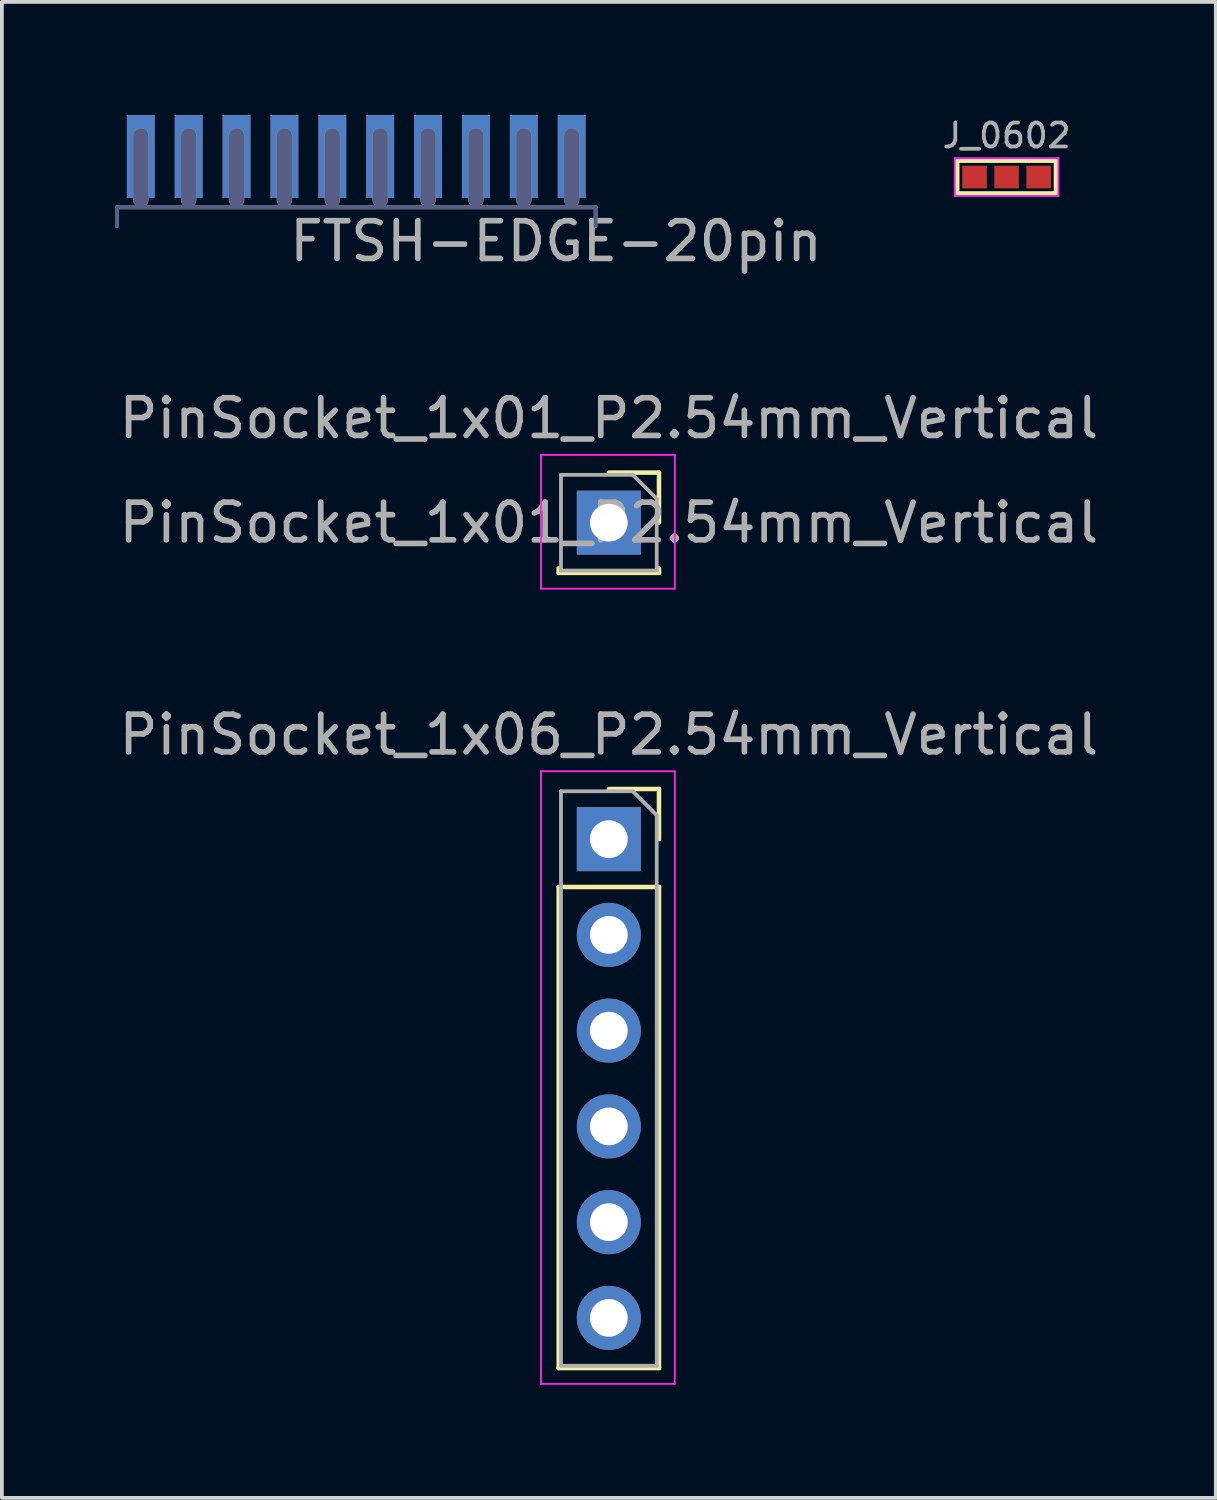
<source format=kicad_pcb>
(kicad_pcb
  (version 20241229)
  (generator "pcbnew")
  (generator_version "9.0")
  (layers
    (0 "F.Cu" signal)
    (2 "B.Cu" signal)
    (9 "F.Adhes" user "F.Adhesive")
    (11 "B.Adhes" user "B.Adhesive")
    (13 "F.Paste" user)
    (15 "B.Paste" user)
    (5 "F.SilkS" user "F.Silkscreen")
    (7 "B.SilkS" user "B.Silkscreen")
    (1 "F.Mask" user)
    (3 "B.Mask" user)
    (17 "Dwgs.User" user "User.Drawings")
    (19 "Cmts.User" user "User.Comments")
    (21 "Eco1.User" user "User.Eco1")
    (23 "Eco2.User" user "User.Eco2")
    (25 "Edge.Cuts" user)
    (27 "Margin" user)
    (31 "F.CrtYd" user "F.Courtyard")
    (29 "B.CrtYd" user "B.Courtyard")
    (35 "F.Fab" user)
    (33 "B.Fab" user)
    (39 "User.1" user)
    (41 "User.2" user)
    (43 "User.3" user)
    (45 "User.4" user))
  (footprint "FTSH-EDGE-20pin"
    (layer "F.Cu")
    (at 6.4 2.45)
    (property "Reference" "FTSH-EDGE-20pin" (at 5.3 0.9 0) (layer "F.Fab") (effects (font (size 1 1) (thickness 0.15))))
    (attr through_hole)
    (fp_line (start -6.35 0) (end -6.35 0.5) (stroke (width 0.1) (type solid)) (layer "B.Fab"))
    (fp_line (start -6.35 0) (end 6.35 0) (stroke (width 0.1) (type solid)) (layer "B.Fab"))
    (fp_line (start -5.715 -0.203) (end -5.715 -1.894) (stroke (width 0.406) (type solid)) (layer "B.Fab"))
    (fp_line (start -4.445 -0.203) (end -4.445 -1.894) (stroke (width 0.406) (type solid)) (layer "B.Fab"))
    (fp_line (start -3.175 -0.203) (end -3.175 -1.894) (stroke (width 0.406) (type solid)) (layer "B.Fab"))
    (fp_line (start -1.905 -0.203) (end -1.905 -1.894) (stroke (width 0.406) (type solid)) (layer "B.Fab"))
    (fp_line (start -0.635 -0.203) (end -0.635 -1.894) (stroke (width 0.406) (type solid)) (layer "B.Fab"))
    (fp_line (start 0.635 -0.203) (end 0.635 -1.894) (stroke (width 0.406) (type solid)) (layer "B.Fab"))
    (fp_line (start 1.905 -0.203) (end 1.905 -1.894) (stroke (width 0.406) (type solid)) (layer "B.Fab"))
    (fp_line (start 3.175 -0.203) (end 3.175 -1.894) (stroke (width 0.406) (type solid)) (layer "B.Fab"))
    (fp_line (start 4.445 -0.203) (end 4.445 -1.894) (stroke (width 0.406) (type solid)) (layer "B.Fab"))
    (fp_line (start 5.715 -0.203) (end 5.715 -1.894) (stroke (width 0.406) (type solid)) (layer "B.Fab"))
    (fp_line (start 6.35 0) (end 6.35 0.5) (stroke (width 0.1) (type solid)) (layer "B.Fab"))
    (fp_line (start -6.35 0) (end -6.35 0.5) (stroke (width 0.1) (type solid)) (layer "F.Fab"))
    (fp_line (start -6.35 0) (end 6.35 0) (stroke (width 0.1) (type solid)) (layer "F.Fab"))
    (fp_line (start -5.715 -0.203) (end -5.715 -1.894) (stroke (width 0.406) (type solid)) (layer "F.Fab"))
    (fp_line (start -4.445 -0.203) (end -4.445 -1.894) (stroke (width 0.406) (type solid)) (layer "F.Fab"))
    (fp_line (start -3.175 -0.203) (end -3.175 -1.894) (stroke (width 0.406) (type solid)) (layer "F.Fab"))
    (fp_line (start -1.905 -0.203) (end -1.905 -1.894) (stroke (width 0.406) (type solid)) (layer "F.Fab"))
    (fp_line (start -0.635 -0.203) (end -0.635 -1.894) (stroke (width 0.406) (type solid)) (layer "F.Fab"))
    (fp_line (start 0.635 -0.203) (end 0.635 -1.894) (stroke (width 0.406) (type solid)) (layer "F.Fab"))
    (fp_line (start 1.905 -0.203) (end 1.905 -1.894) (stroke (width 0.406) (type solid)) (layer "F.Fab"))
    (fp_line (start 3.175 -0.203) (end 3.175 -1.894) (stroke (width 0.406) (type solid)) (layer "F.Fab"))
    (fp_line (start 4.445 -0.203) (end 4.445 -1.894) (stroke (width 0.406) (type solid)) (layer "F.Fab"))
    (fp_line (start 5.715 -0.203) (end 5.715 -1.894) (stroke (width 0.406) (type solid)) (layer "F.Fab"))
    (fp_line (start 6.35 0) (end 6.35 0.5) (stroke (width 0.1) (type solid)) (layer "F.Fab"))
    (pad "1" smd rect (at -5.715 -1.35) (size 0.74 2.2) (layers "F.Cu" "F.Mask" "F.Paste"))
    (pad "2" smd rect (at -5.715 -1.35) (size 0.74 2.2) (layers "B.Cu" "B.Mask" "B.Paste"))
    (pad "3" smd rect (at -4.445 -1.35) (size 0.74 2.2) (layers "F.Cu" "F.Mask" "F.Paste"))
    (pad "4" smd rect (at -4.445 -1.35) (size 0.74 2.2) (layers "B.Cu" "B.Mask" "B.Paste"))
    (pad "5" smd rect (at -3.175 -1.35) (size 0.74 2.2) (layers "F.Cu" "F.Mask" "F.Paste"))
    (pad "6" smd rect (at -3.175 -1.35) (size 0.74 2.2) (layers "B.Cu" "B.Mask" "B.Paste"))
    (pad "7" smd rect (at -1.905 -1.35) (size 0.74 2.2) (layers "F.Cu" "F.Mask" "F.Paste"))
    (pad "8" smd rect (at -1.905 -1.35) (size 0.74 2.2) (layers "B.Cu" "B.Mask" "B.Paste"))
    (pad "9" smd rect (at -0.635 -1.35) (size 0.74 2.2) (layers "F.Cu" "F.Mask" "F.Paste"))
    (pad "10" smd rect (at -0.635 -1.35) (size 0.74 2.2) (layers "B.Cu" "B.Mask" "B.Paste"))
    (pad "11" smd rect (at 0.635 -1.35) (size 0.74 2.2) (layers "F.Cu" "F.Mask" "F.Paste"))
    (pad "12" smd rect (at 0.635 -1.35) (size 0.74 2.2) (layers "B.Cu" "B.Mask" "B.Paste"))
    (pad "13" smd rect (at 1.905 -1.35) (size 0.74 2.2) (layers "F.Cu" "F.Mask" "F.Paste"))
    (pad "14" smd rect (at 1.905 -1.35) (size 0.74 2.2) (layers "B.Cu" "B.Mask" "B.Paste"))
    (pad "15" smd rect (at 3.175 -1.35) (size 0.74 2.2) (layers "F.Cu" "F.Mask" "F.Paste"))
    (pad "16" smd rect (at 3.175 -1.35) (size 0.74 2.2) (layers "B.Cu" "B.Mask" "B.Paste"))
    (pad "17" smd rect (at 4.445 -1.35) (size 0.74 2.2) (layers "F.Cu" "F.Mask" "F.Paste"))
    (pad "18" smd rect (at 4.445 -1.35) (size 0.74 2.2) (layers "B.Cu" "B.Mask" "B.Paste"))
    (pad "19" smd rect (at 5.715 -1.35) (size 0.74 2.2) (layers "F.Cu" "F.Mask" "F.Paste"))
    (pad "20" smd rect (at 5.715 -1.35) (size 0.74 2.2) (layers "B.Cu" "B.Mask" "B.Paste")))
  (footprint "J_0602"
    (layer "F.Cu")
    (at 23.652 1.647)
    (property "Reference" "J_0602" (at 0 -1.1 0) (layer "F.Fab") (effects (font (size 0.635 0.635) (thickness 0.1))))
    (attr smd)
    (fp_line (start -1.315 -0.44) (end -1.315 0.44) (stroke (width 0.13) (type solid)) (layer "F.SilkS"))
    (fp_line (start -1.315 -0.44) (end 1.315 -0.44) (stroke (width 0.13) (type solid)) (layer "F.SilkS"))
    (fp_line (start 1.315 -0.44) (end 1.315 0.44) (stroke (width 0.13) (type solid)) (layer "F.SilkS"))
    (fp_line (start 1.315 0.44) (end -1.315 0.44) (stroke (width 0.13) (type solid)) (layer "F.SilkS"))
    (fp_line (start -1.375 -0.5) (end -1.375 0.5) (stroke (width 0.05) (type solid)) (layer "F.CrtYd"))
    (fp_line (start -1.375 -0.5) (end 1.375 -0.5) (stroke (width 0.05) (type solid)) (layer "F.CrtYd"))
    (fp_line (start -1.375 0.5) (end 1.375 0.5) (stroke (width 0.05) (type solid)) (layer "F.CrtYd"))
    (fp_line (start 1.375 -0.5) (end 1.375 0.5) (stroke (width 0.05) (type solid)) (layer "F.CrtYd"))
    (pad "1" smd rect (at -0.85 0) (size 0.65 0.6) (layers "F.Cu" "F.Mask" "F.Paste"))
    (pad "2" smd rect (at 0 0) (size 0.65 0.6) (layers "F.Cu" "F.Mask" "F.Paste"))
    (pad "3" smd rect (at 0.85 0) (size 0.65 0.6) (layers "F.Cu" "F.Mask" "F.Paste")))
  (footprint "PinSocket_1x06_P2.54mm_Vertical"
    (layer "F.Cu")
    (at 13.101 19.21)
    (property "Reference" "PinSocket_1x06_P2.54mm_Vertical" (at 0 -2.77 0) (layer "F.Fab") (effects (font (size 1 1) (thickness 0.15))))
    (attr through_hole)
    (fp_line (start -1.33 1.27) (end -1.33 14.03) (stroke (width 0.12) (type solid)) (layer "F.SilkS"))
    (fp_line (start -1.33 1.27) (end 1.33 1.27) (stroke (width 0.12) (type solid)) (layer "F.SilkS"))
    (fp_line (start -1.33 14.03) (end 1.33 14.03) (stroke (width 0.12) (type solid)) (layer "F.SilkS"))
    (fp_line (start 0 -1.33) (end 1.33 -1.33) (stroke (width 0.12) (type solid)) (layer "F.SilkS"))
    (fp_line (start 1.33 -1.33) (end 1.33 0) (stroke (width 0.12) (type solid)) (layer "F.SilkS"))
    (fp_line (start 1.33 1.27) (end 1.33 14.03) (stroke (width 0.12) (type solid)) (layer "F.SilkS"))
    (fp_line (start -1.8 -1.8) (end 1.75 -1.8) (stroke (width 0.05) (type solid)) (layer "F.CrtYd"))
    (fp_line (start -1.8 14.45) (end -1.8 -1.8) (stroke (width 0.05) (type solid)) (layer "F.CrtYd"))
    (fp_line (start 1.75 -1.8) (end 1.75 14.45) (stroke (width 0.05) (type solid)) (layer "F.CrtYd"))
    (fp_line (start 1.75 14.45) (end -1.8 14.45) (stroke (width 0.05) (type solid)) (layer "F.CrtYd"))
    (fp_line (start -1.27 -1.27) (end 0.635 -1.27) (stroke (width 0.1) (type solid)) (layer "F.Fab"))
    (fp_line (start -1.27 13.97) (end -1.27 -1.27) (stroke (width 0.1) (type solid)) (layer "F.Fab"))
    (fp_line (start 0.635 -1.27) (end 1.27 -0.635) (stroke (width 0.1) (type solid)) (layer "F.Fab"))
    (fp_line (start 1.27 -0.635) (end 1.27 13.97) (stroke (width 0.1) (type solid)) (layer "F.Fab"))
    (fp_line (start 1.27 13.97) (end -1.27 13.97) (stroke (width 0.1) (type solid)) (layer "F.Fab"))
    (pad "1" thru_hole rect (at 0 0) (size 1.7 1.7) (drill 1) (layers "*.Cu" "*.Mask"))
    (pad "2" thru_hole oval (at 0 2.54) (size 1.7 1.7) (drill 1) (layers "*.Cu" "*.Mask"))
    (pad "3" thru_hole oval (at 0 5.08) (size 1.7 1.7) (drill 1) (layers "*.Cu" "*.Mask"))
    (pad "4" thru_hole oval (at 0 7.62) (size 1.7 1.7) (drill 1) (layers "*.Cu" "*.Mask"))
    (pad "5" thru_hole oval (at 0 10.16) (size 1.7 1.7) (drill 1) (layers "*.Cu" "*.Mask"))
    (pad "6" thru_hole oval (at 0 12.7) (size 1.7 1.7) (drill 1) (layers "*.Cu" "*.Mask")))
  (footprint "PinSocket_1x01_P2.54mm_Vertical"
    (layer "F.Cu")
    (at 13.101 10.816)
    (property "Reference" "PinSocket_1x01_P2.54mm_Vertical" (at 0 -2.77 0) (layer "F.Fab") (effects (font (size 1 1) (thickness 0.15))))
    (attr through_hole)
    (fp_line (start -1.33 1.21) (end -1.33 1.33) (stroke (width 0.12) (type solid)) (layer "F.SilkS"))
    (fp_line (start -1.33 1.33) (end 1.33 1.33) (stroke (width 0.12) (type solid)) (layer "F.SilkS"))
    (fp_line (start 0 -1.33) (end 1.33 -1.33) (stroke (width 0.12) (type solid)) (layer "F.SilkS"))
    (fp_line (start 1.33 -1.33) (end 1.33 0) (stroke (width 0.12) (type solid)) (layer "F.SilkS"))
    (fp_line (start 1.33 1.21) (end 1.33 1.33) (stroke (width 0.12) (type solid)) (layer "F.SilkS"))
    (fp_line (start -1.8 -1.8) (end 1.75 -1.8) (stroke (width 0.05) (type solid)) (layer "F.CrtYd"))
    (fp_line (start -1.8 1.75) (end -1.8 -1.8) (stroke (width 0.05) (type solid)) (layer "F.CrtYd"))
    (fp_line (start 1.75 -1.8) (end 1.75 1.75) (stroke (width 0.05) (type solid)) (layer "F.CrtYd"))
    (fp_line (start 1.75 1.75) (end -1.8 1.75) (stroke (width 0.05) (type solid)) (layer "F.CrtYd"))
    (fp_line (start -1.27 -1.27) (end 0.635 -1.27) (stroke (width 0.1) (type solid)) (layer "F.Fab"))
    (fp_line (start -1.27 1.27) (end -1.27 -1.27) (stroke (width 0.1) (type solid)) (layer "F.Fab"))
    (fp_line (start 0.635 -1.27) (end 1.27 -0.635) (stroke (width 0.1) (type solid)) (layer "F.Fab"))
    (fp_line (start 1.27 -0.635) (end 1.27 1.27) (stroke (width 0.1) (type solid)) (layer "F.Fab"))
    (fp_line (start 1.27 1.27) (end -1.27 1.27) (stroke (width 0.1) (type solid)) (layer "F.Fab"))
    (fp_text user "${REFERENCE}" (at 0 0 0) (layer "F.Fab") (effects (font (size 1 1) (thickness 0.15))))
    (pad "1" thru_hole rect (at 0 0) (size 1.7 1.7) (drill 1) (layers "*.Cu" "*.Mask")))
  (gr_rect
    (start -3 -3)
    (end 29.202 36.685)
    (stroke (width 0.1) (type default))
    (fill no)
    (layer "Edge.Cuts")))
</source>
